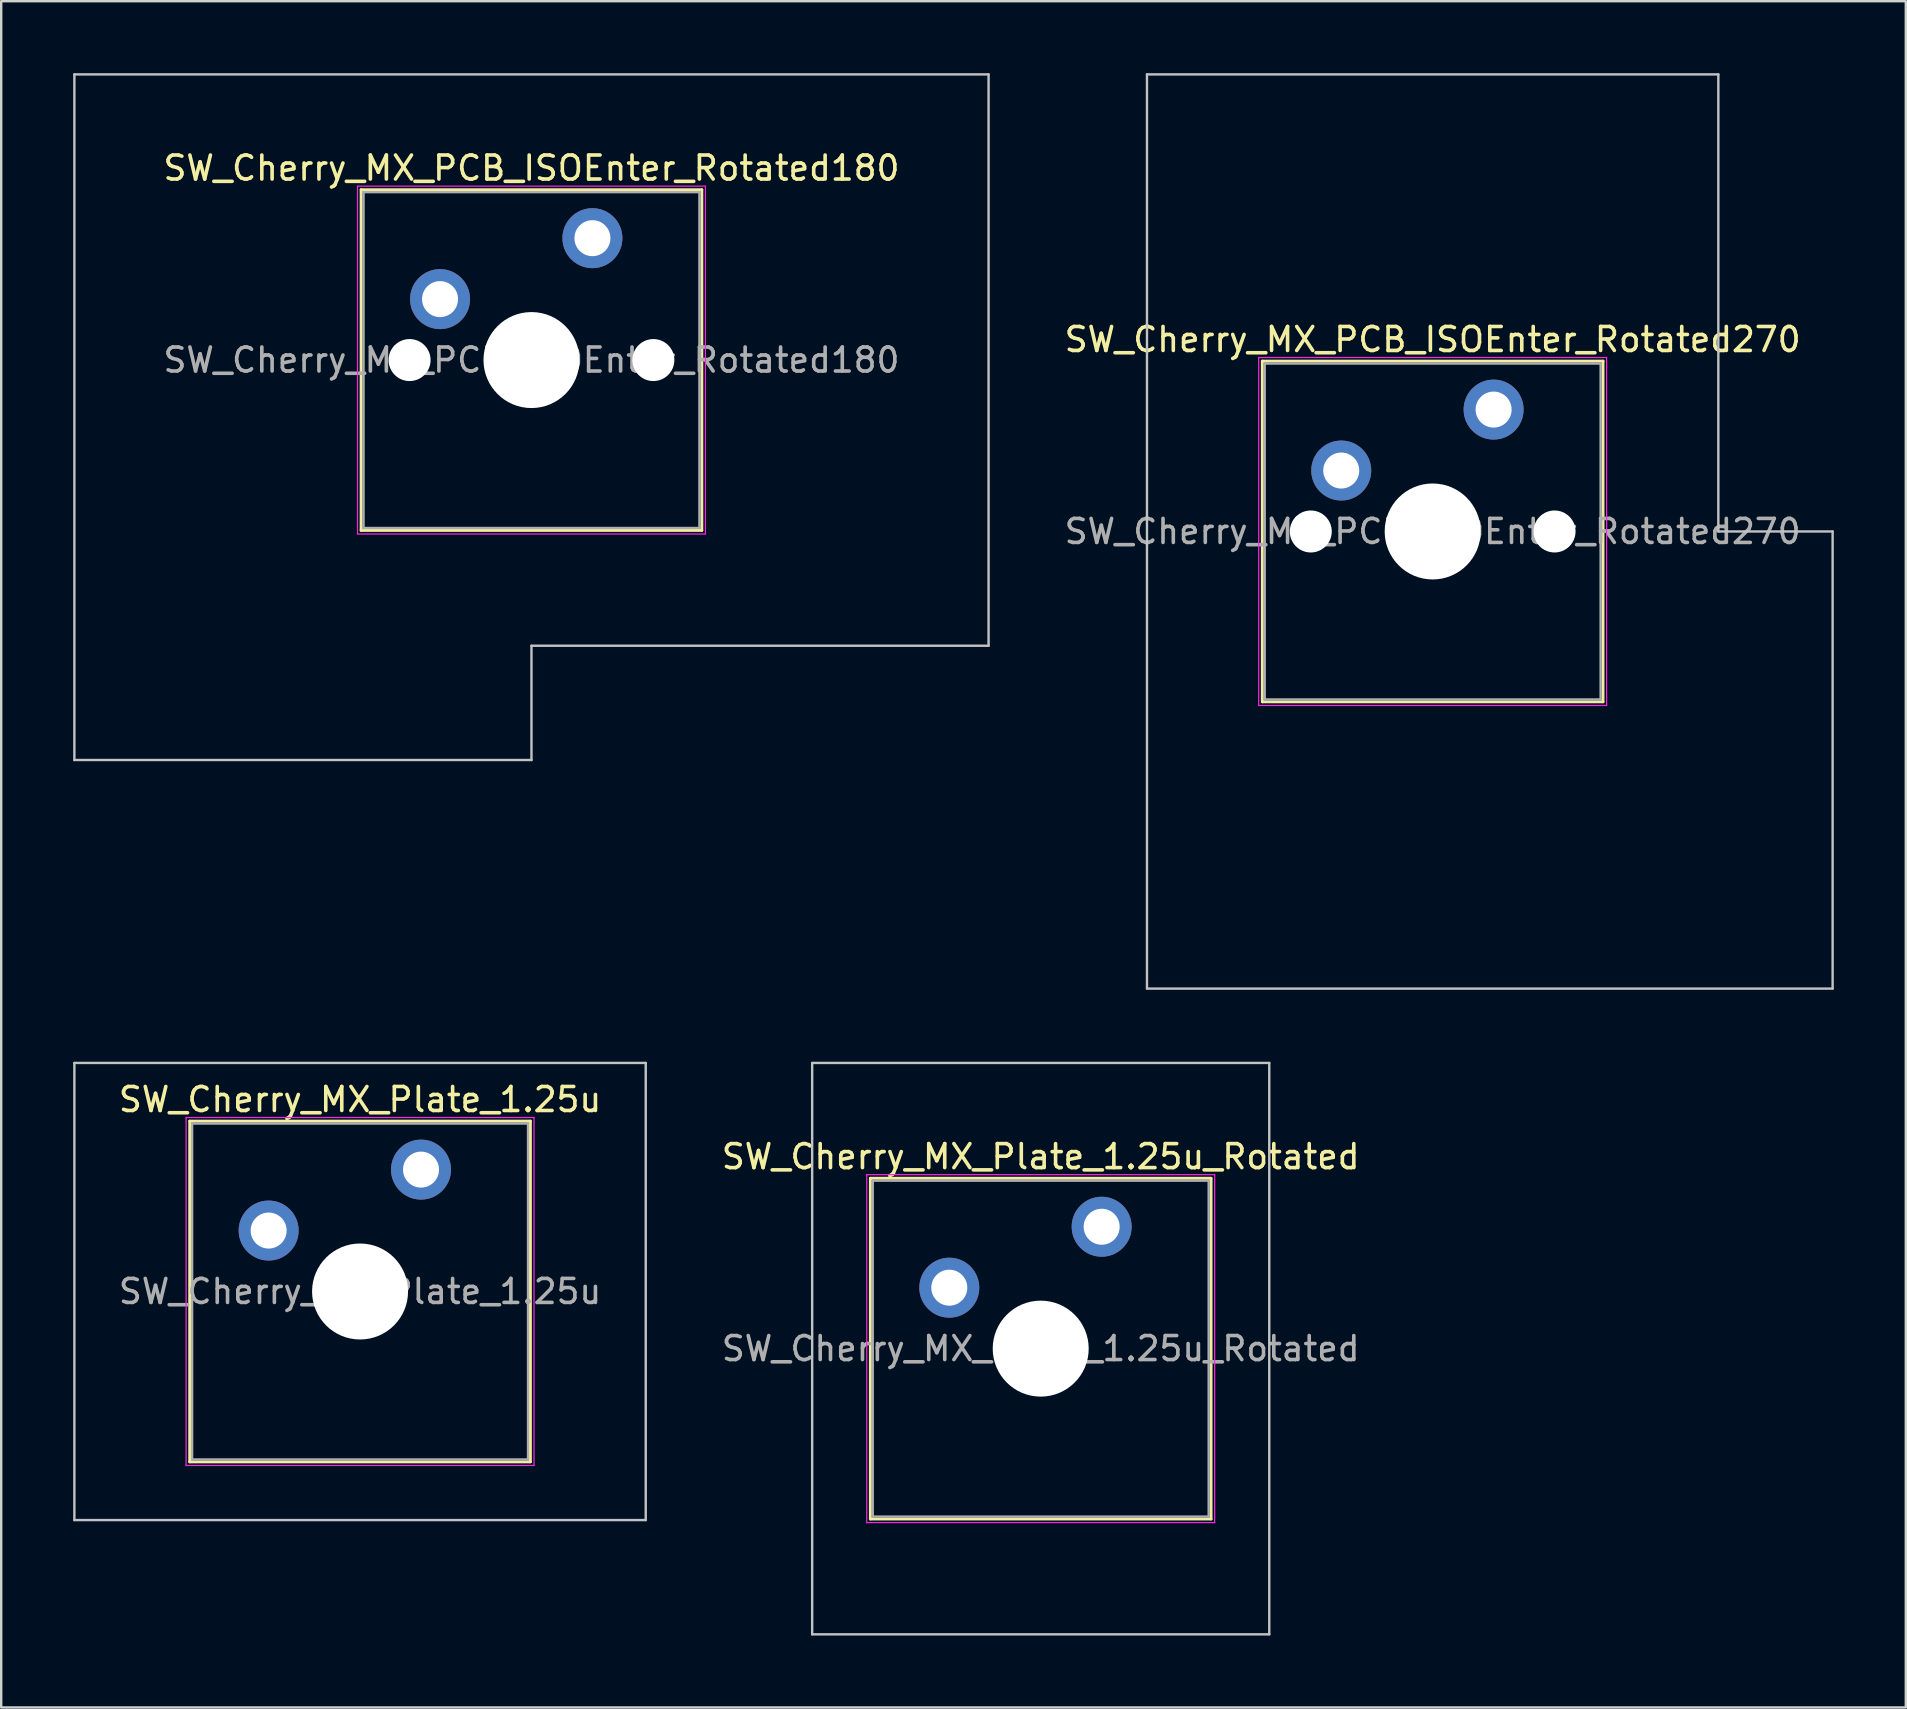
<source format=kicad_pcb>
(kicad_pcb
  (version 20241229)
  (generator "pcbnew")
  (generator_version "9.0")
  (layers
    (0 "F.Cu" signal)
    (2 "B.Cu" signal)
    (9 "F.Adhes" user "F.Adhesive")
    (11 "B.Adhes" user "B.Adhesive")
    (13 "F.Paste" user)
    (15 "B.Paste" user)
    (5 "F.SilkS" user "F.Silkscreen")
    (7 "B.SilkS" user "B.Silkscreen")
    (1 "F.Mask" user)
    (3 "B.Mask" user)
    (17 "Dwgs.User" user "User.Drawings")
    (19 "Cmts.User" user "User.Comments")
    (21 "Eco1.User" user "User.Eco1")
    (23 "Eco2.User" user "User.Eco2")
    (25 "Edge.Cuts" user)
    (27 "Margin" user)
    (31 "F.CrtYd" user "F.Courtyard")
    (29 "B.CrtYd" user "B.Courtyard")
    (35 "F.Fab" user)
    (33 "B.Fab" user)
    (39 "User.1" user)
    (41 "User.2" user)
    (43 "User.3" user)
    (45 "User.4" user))
  (footprint "SW_Cherry_MX_Plate_1.25u"
    (layer "F.Cu")
    (at 11.956 50.775)
    (property "Reference" "SW_Cherry_MX_Plate_1.25u" (at 0 -8 0) (layer "F.SilkS") (effects (font (size 1 1) (thickness 0.15))))
    (attr through_hole)
    (fp_line (start -7.1 -7.1) (end -7.1 7.1) (stroke (width 0.12) (type solid)) (layer "F.SilkS"))
    (fp_line (start -7.1 7.1) (end 7.1 7.1) (stroke (width 0.12) (type solid)) (layer "F.SilkS"))
    (fp_line (start 7.1 -7.1) (end -7.1 -7.1) (stroke (width 0.12) (type solid)) (layer "F.SilkS"))
    (fp_line (start 7.1 7.1) (end 7.1 -7.1) (stroke (width 0.12) (type solid)) (layer "F.SilkS"))
    (fp_line (start -11.906 -9.525) (end -11.906 9.525) (stroke (width 0.1) (type solid)) (layer "Dwgs.User"))
    (fp_line (start -11.906 9.525) (end 11.906 9.525) (stroke (width 0.1) (type solid)) (layer "Dwgs.User"))
    (fp_line (start 11.906 -9.525) (end -11.906 -9.525) (stroke (width 0.1) (type solid)) (layer "Dwgs.User"))
    (fp_line (start 11.906 9.525) (end 11.906 -9.525) (stroke (width 0.1) (type solid)) (layer "Dwgs.User"))
    (fp_line (start -7.25 -7.25) (end -7.25 7.25) (stroke (width 0.05) (type solid)) (layer "F.CrtYd"))
    (fp_line (start -7.25 7.25) (end 7.25 7.25) (stroke (width 0.05) (type solid)) (layer "F.CrtYd"))
    (fp_line (start 7.25 -7.25) (end -7.25 -7.25) (stroke (width 0.05) (type solid)) (layer "F.CrtYd"))
    (fp_line (start 7.25 7.25) (end 7.25 -7.25) (stroke (width 0.05) (type solid)) (layer "F.CrtYd"))
    (fp_line (start -7 -7) (end -7 7) (stroke (width 0.1) (type solid)) (layer "F.Fab"))
    (fp_line (start -7 7) (end 7 7) (stroke (width 0.1) (type solid)) (layer "F.Fab"))
    (fp_line (start 7 -7) (end -7 -7) (stroke (width 0.1) (type solid)) (layer "F.Fab"))
    (fp_line (start 7 7) (end 7 -7) (stroke (width 0.1) (type solid)) (layer "F.Fab"))
    (fp_text user "${REFERENCE}" (at 0 0 0) (layer "F.Fab") (effects (font (size 1 1) (thickness 0.15))))
    (pad "" np_thru_hole circle (at 0 0) (size 4 4) (drill 4) (layers "*.Cu" "*.Mask"))
    (pad "1" thru_hole circle (at -3.81 -2.54) (size 2.5 2.5) (drill 1.5) (layers "*.Cu" "B.Mask"))
    (pad "2" thru_hole circle (at 2.54 -5.08) (size 2.5 2.5) (drill 1.5) (layers "*.Cu" "B.Mask")))
  (footprint "SW_Cherry_MX_Plate_1.25u_Rotated"
    (layer "F.Cu")
    (at 40.323 53.156)
    (property "Reference" "SW_Cherry_MX_Plate_1.25u_Rotated" (at 0 -8 0) (layer "F.SilkS") (effects (font (size 1 1) (thickness 0.15))))
    (attr through_hole)
    (fp_line (start -7.1 -7.1) (end -7.1 7.1) (stroke (width 0.12) (type solid)) (layer "F.SilkS"))
    (fp_line (start -7.1 7.1) (end 7.1 7.1) (stroke (width 0.12) (type solid)) (layer "F.SilkS"))
    (fp_line (start 7.1 -7.1) (end -7.1 -7.1) (stroke (width 0.12) (type solid)) (layer "F.SilkS"))
    (fp_line (start 7.1 7.1) (end 7.1 -7.1) (stroke (width 0.12) (type solid)) (layer "F.SilkS"))
    (fp_line (start -9.525 -11.906) (end -9.525 11.906) (stroke (width 0.1) (type solid)) (layer "Dwgs.User"))
    (fp_line (start -9.525 11.906) (end 9.525 11.906) (stroke (width 0.1) (type solid)) (layer "Dwgs.User"))
    (fp_line (start 9.525 -11.906) (end -9.525 -11.906) (stroke (width 0.1) (type solid)) (layer "Dwgs.User"))
    (fp_line (start 9.525 11.906) (end 9.525 -11.906) (stroke (width 0.1) (type solid)) (layer "Dwgs.User"))
    (fp_line (start -7.25 -7.25) (end -7.25 7.25) (stroke (width 0.05) (type solid)) (layer "F.CrtYd"))
    (fp_line (start -7.25 7.25) (end 7.25 7.25) (stroke (width 0.05) (type solid)) (layer "F.CrtYd"))
    (fp_line (start 7.25 -7.25) (end -7.25 -7.25) (stroke (width 0.05) (type solid)) (layer "F.CrtYd"))
    (fp_line (start 7.25 7.25) (end 7.25 -7.25) (stroke (width 0.05) (type solid)) (layer "F.CrtYd"))
    (fp_line (start -7 -7) (end -7 7) (stroke (width 0.1) (type solid)) (layer "F.Fab"))
    (fp_line (start -7 7) (end 7 7) (stroke (width 0.1) (type solid)) (layer "F.Fab"))
    (fp_line (start 7 -7) (end -7 -7) (stroke (width 0.1) (type solid)) (layer "F.Fab"))
    (fp_line (start 7 7) (end 7 -7) (stroke (width 0.1) (type solid)) (layer "F.Fab"))
    (fp_text user "${REFERENCE}" (at 0 0 0) (layer "F.Fab") (effects (font (size 1 1) (thickness 0.15))))
    (pad "" np_thru_hole circle (at 0 0) (size 4 4) (drill 4) (layers "*.Cu" "*.Mask"))
    (pad "1" thru_hole circle (at -3.81 -2.54) (size 2.5 2.5) (drill 1.5) (layers "*.Cu" "B.Mask"))
    (pad "2" thru_hole circle (at 2.54 -5.08) (size 2.5 2.5) (drill 1.5) (layers "*.Cu" "B.Mask")))
  (footprint "SW_Cherry_MX_PCB_ISOEnter_Rotated270"
    (layer "F.Cu")
    (at 56.658 19.1)
    (property "Reference" "SW_Cherry_MX_PCB_ISOEnter_Rotated270" (at 0 -8 0) (layer "F.SilkS") (effects (font (size 1 1) (thickness 0.15))))
    (attr through_hole)
    (fp_line (start -7.1 -7.1) (end -7.1 7.1) (stroke (width 0.12) (type solid)) (layer "F.SilkS"))
    (fp_line (start -7.1 7.1) (end 7.1 7.1) (stroke (width 0.12) (type solid)) (layer "F.SilkS"))
    (fp_line (start 7.1 -7.1) (end -7.1 -7.1) (stroke (width 0.12) (type solid)) (layer "F.SilkS"))
    (fp_line (start 7.1 7.1) (end 7.1 -7.1) (stroke (width 0.12) (type solid)) (layer "F.SilkS"))
    (fp_line (start -11.906 -19.05) (end -11.906 19.05) (stroke (width 0.1) (type solid)) (layer "Dwgs.User"))
    (fp_line (start -11.906 19.05) (end 16.669 19.05) (stroke (width 0.1) (type solid)) (layer "Dwgs.User"))
    (fp_line (start 11.906 -19.05) (end -11.906 -19.05) (stroke (width 0.1) (type solid)) (layer "Dwgs.User"))
    (fp_line (start 11.906 0) (end 11.906 -19.05) (stroke (width 0.1) (type solid)) (layer "Dwgs.User"))
    (fp_line (start 16.669 0) (end 11.906 0) (stroke (width 0.1) (type solid)) (layer "Dwgs.User"))
    (fp_line (start 16.669 19.05) (end 16.669 0) (stroke (width 0.1) (type solid)) (layer "Dwgs.User"))
    (fp_line (start -7.25 -7.25) (end -7.25 7.25) (stroke (width 0.05) (type solid)) (layer "F.CrtYd"))
    (fp_line (start -7.25 7.25) (end 7.25 7.25) (stroke (width 0.05) (type solid)) (layer "F.CrtYd"))
    (fp_line (start 7.25 -7.25) (end -7.25 -7.25) (stroke (width 0.05) (type solid)) (layer "F.CrtYd"))
    (fp_line (start 7.25 7.25) (end 7.25 -7.25) (stroke (width 0.05) (type solid)) (layer "F.CrtYd"))
    (fp_line (start -7 -7) (end -7 7) (stroke (width 0.1) (type solid)) (layer "F.Fab"))
    (fp_line (start -7 7) (end 7 7) (stroke (width 0.1) (type solid)) (layer "F.Fab"))
    (fp_line (start 7 -7) (end -7 -7) (stroke (width 0.1) (type solid)) (layer "F.Fab"))
    (fp_line (start 7 7) (end 7 -7) (stroke (width 0.1) (type solid)) (layer "F.Fab"))
    (fp_text user "${REFERENCE}" (at 0 0 0) (layer "F.Fab") (effects (font (size 1 1) (thickness 0.15))))
    (pad "" np_thru_hole circle (at -5.08 0) (size 1.75 1.75) (drill 1.75) (layers "*.Cu" "*.Mask"))
    (pad "" np_thru_hole circle (at 0 0) (size 4 4) (drill 4) (layers "*.Cu" "*.Mask"))
    (pad "" np_thru_hole circle (at 5.08 0) (size 1.75 1.75) (drill 1.75) (layers "*.Cu" "*.Mask"))
    (pad "1" thru_hole circle (at -3.81 -2.54) (size 2.5 2.5) (drill 1.5) (layers "*.Cu" "B.Mask"))
    (pad "2" thru_hole circle (at 2.54 -5.08) (size 2.5 2.5) (drill 1.5) (layers "*.Cu" "B.Mask")))
  (footprint "SW_Cherry_MX_PCB_ISOEnter_Rotated180"
    (layer "F.Cu")
    (at 19.1 11.956)
    (property "Reference" "SW_Cherry_MX_PCB_ISOEnter_Rotated180" (at 0 -8 0) (layer "F.SilkS") (effects (font (size 1 1) (thickness 0.15))))
    (attr through_hole)
    (fp_line (start -7.1 -7.1) (end -7.1 7.1) (stroke (width 0.12) (type solid)) (layer "F.SilkS"))
    (fp_line (start -7.1 7.1) (end 7.1 7.1) (stroke (width 0.12) (type solid)) (layer "F.SilkS"))
    (fp_line (start 7.1 -7.1) (end -7.1 -7.1) (stroke (width 0.12) (type solid)) (layer "F.SilkS"))
    (fp_line (start 7.1 7.1) (end 7.1 -7.1) (stroke (width 0.12) (type solid)) (layer "F.SilkS"))
    (fp_line (start -19.05 -11.906) (end -19.05 16.669) (stroke (width 0.1) (type solid)) (layer "Dwgs.User"))
    (fp_line (start -19.05 16.669) (end 0 16.669) (stroke (width 0.1) (type solid)) (layer "Dwgs.User"))
    (fp_line (start 0 11.906) (end 19.05 11.906) (stroke (width 0.1) (type solid)) (layer "Dwgs.User"))
    (fp_line (start 0 16.669) (end 0 11.906) (stroke (width 0.1) (type solid)) (layer "Dwgs.User"))
    (fp_line (start 19.05 -11.906) (end -19.05 -11.906) (stroke (width 0.1) (type solid)) (layer "Dwgs.User"))
    (fp_line (start 19.05 11.906) (end 19.05 -11.906) (stroke (width 0.1) (type solid)) (layer "Dwgs.User"))
    (fp_line (start -7.25 -7.25) (end -7.25 7.25) (stroke (width 0.05) (type solid)) (layer "F.CrtYd"))
    (fp_line (start -7.25 7.25) (end 7.25 7.25) (stroke (width 0.05) (type solid)) (layer "F.CrtYd"))
    (fp_line (start 7.25 -7.25) (end -7.25 -7.25) (stroke (width 0.05) (type solid)) (layer "F.CrtYd"))
    (fp_line (start 7.25 7.25) (end 7.25 -7.25) (stroke (width 0.05) (type solid)) (layer "F.CrtYd"))
    (fp_line (start -7 -7) (end -7 7) (stroke (width 0.1) (type solid)) (layer "F.Fab"))
    (fp_line (start -7 7) (end 7 7) (stroke (width 0.1) (type solid)) (layer "F.Fab"))
    (fp_line (start 7 -7) (end -7 -7) (stroke (width 0.1) (type solid)) (layer "F.Fab"))
    (fp_line (start 7 7) (end 7 -7) (stroke (width 0.1) (type solid)) (layer "F.Fab"))
    (fp_text user "${REFERENCE}" (at 0 0 0) (layer "F.Fab") (effects (font (size 1 1) (thickness 0.15))))
    (pad "" np_thru_hole circle (at -5.08 0) (size 1.75 1.75) (drill 1.75) (layers "*.Cu" "*.Mask"))
    (pad "" np_thru_hole circle (at 0 0) (size 4 4) (drill 4) (layers "*.Cu" "*.Mask"))
    (pad "" np_thru_hole circle (at 5.08 0) (size 1.75 1.75) (drill 1.75) (layers "*.Cu" "*.Mask"))
    (pad "1" thru_hole circle (at -3.81 -2.54) (size 2.5 2.5) (drill 1.5) (layers "*.Cu" "B.Mask"))
    (pad "2" thru_hole circle (at 2.54 -5.08) (size 2.5 2.5) (drill 1.5) (layers "*.Cu" "B.Mask")))
  (gr_rect
    (start -3 -3)
    (end 76.377 68.112)
    (stroke (width 0.1) (type default))
    (fill no)
    (layer "Edge.Cuts")))
</source>
